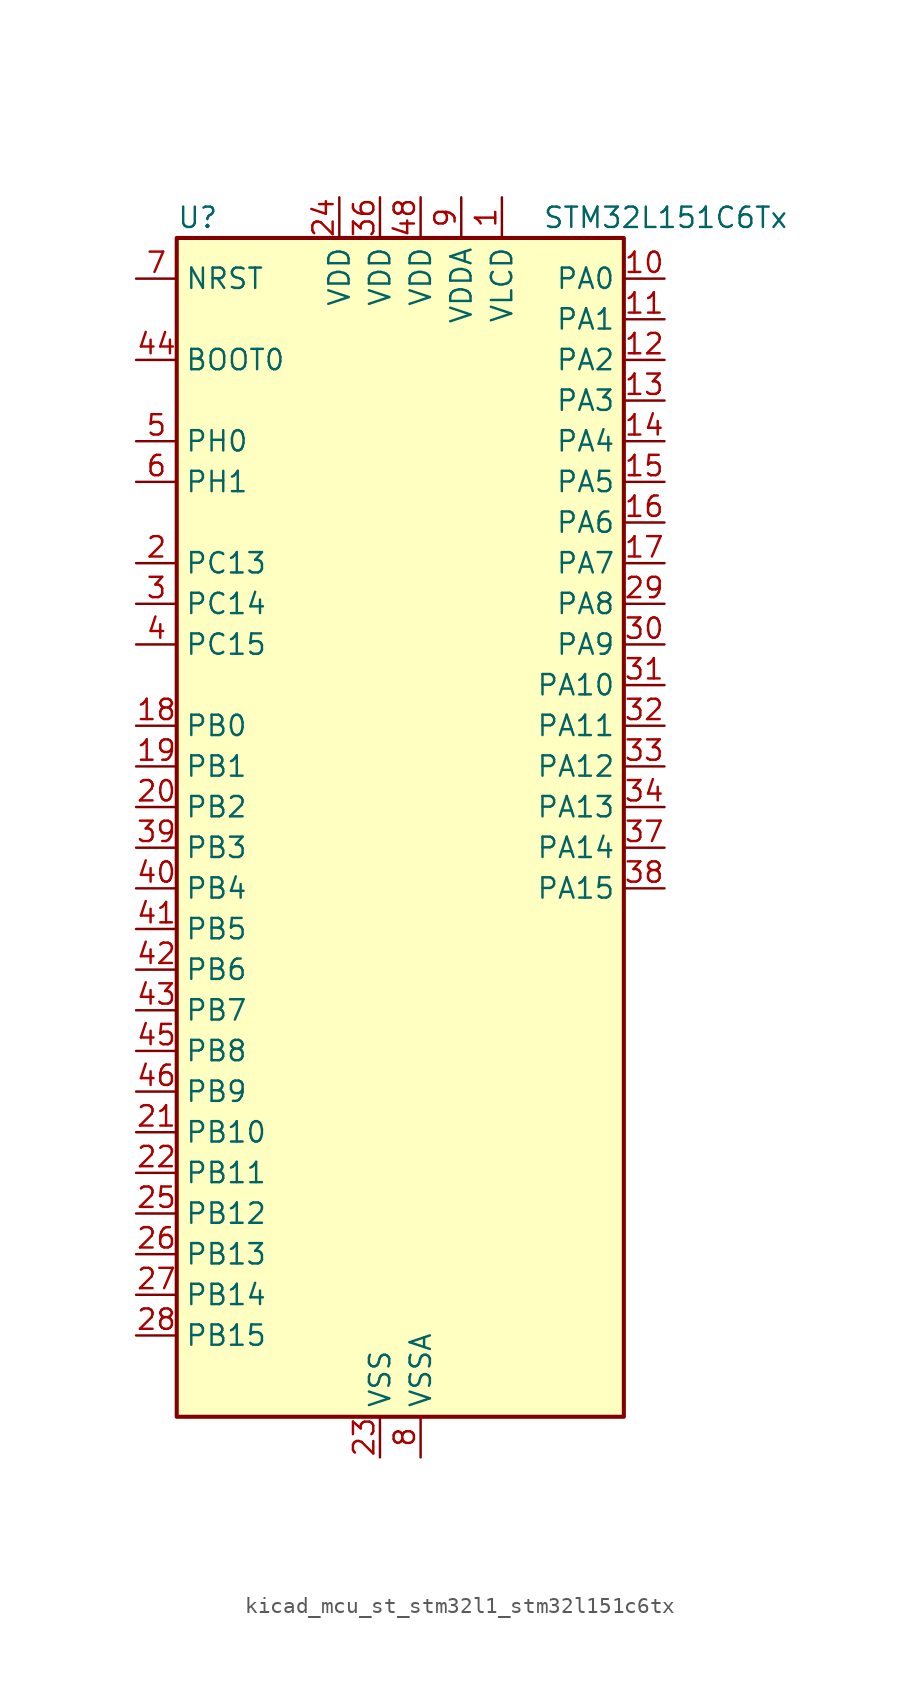
<source format=kicad_sym>
(kicad_symbol_lib
  (version 20220914)
  (generator kicad_symbol_editor)
  (symbol "kicad_mcu_st_stm32l1_stm32l151c6tx"
    (property "Reference" "U"
      (at -12.7 39.37 0)
      (effects (font (size 1.27 1.27)) (justify left)))
    (property "Value" "STM32L151C6Tx"
      (at 10.16 39.37 0)
      (effects (font (size 1.27 1.27)) (justify left)))
    (property "ki_locked" ""
      (at 0 0 0)
      (effects (font (size 1.27 1.27))))
    (symbol "kicad_mcu_st_stm32l1_stm32l151c6tx_0_1"
      (rectangle (start -12.7 -35.56) (end 15.24 38.1) (stroke (width 0.254) (type default)) (fill (type background))))
    (symbol "kicad_mcu_st_stm32l1_stm32l151c6tx_1_1"
      (pin power_in line (at 7.62 40.64 270) (length 2.54) (name "VLCD" (effects (font (size 1.27 1.27)))) (number "1" (effects (font (size 1.27 1.27)))))
      (pin bidirectional line (at 17.78 35.56 180) (length 2.54) (name "PA0" (effects (font (size 1.27 1.27)))) (number "10" (effects (font (size 1.27 1.27)))) (alternate "ADC_IN0" bidirectional line) (alternate "COMP1_INP" bidirectional line) (alternate "SYS_WKUP1" bidirectional line) (alternate "TIM2_CH1" bidirectional line) (alternate "TIM2_ETR" bidirectional line) (alternate "TIMX_IC1" bidirectional line) (alternate "TS_G1_IO1" bidirectional line) (alternate "USART2_CTS" bidirectional line))
      (pin bidirectional line (at 17.78 33.02 180) (length 2.54) (name "PA1" (effects (font (size 1.27 1.27)))) (number "11" (effects (font (size 1.27 1.27)))) (alternate "ADC_IN1" bidirectional line) (alternate "COMP1_INP" bidirectional line) (alternate "TIM2_CH2" bidirectional line) (alternate "TIMX_IC2" bidirectional line) (alternate "TS_G1_IO2" bidirectional line) (alternate "USART2_RTS" bidirectional line))
      (pin bidirectional line (at 17.78 30.48 180) (length 2.54) (name "PA2" (effects (font (size 1.27 1.27)))) (number "12" (effects (font (size 1.27 1.27)))) (alternate "ADC_IN2" bidirectional line) (alternate "COMP1_INP" bidirectional line) (alternate "TIM2_CH3" bidirectional line) (alternate "TIM9_CH1" bidirectional line) (alternate "TIMX_IC3" bidirectional line) (alternate "TS_G1_IO3" bidirectional line) (alternate "USART2_TX" bidirectional line))
      (pin bidirectional line (at 17.78 27.94 180) (length 2.54) (name "PA3" (effects (font (size 1.27 1.27)))) (number "13" (effects (font (size 1.27 1.27)))) (alternate "ADC_IN3" bidirectional line) (alternate "COMP1_INP" bidirectional line) (alternate "TIM2_CH4" bidirectional line) (alternate "TIM9_CH2" bidirectional line) (alternate "TIMX_IC4" bidirectional line) (alternate "TS_G1_IO4" bidirectional line) (alternate "USART2_RX" bidirectional line))
      (pin bidirectional line (at 17.78 25.4 180) (length 2.54) (name "PA4" (effects (font (size 1.27 1.27)))) (number "14" (effects (font (size 1.27 1.27)))) (alternate "ADC_IN4" bidirectional line) (alternate "COMP1_INP" bidirectional line) (alternate "DAC_OUT1" bidirectional line) (alternate "SPI1_NSS" bidirectional line) (alternate "TIMX_IC1" bidirectional line) (alternate "USART2_CK" bidirectional line))
      (pin bidirectional line (at 17.78 22.86 180) (length 2.54) (name "PA5" (effects (font (size 1.27 1.27)))) (number "15" (effects (font (size 1.27 1.27)))) (alternate "ADC_IN5" bidirectional line) (alternate "COMP1_INP" bidirectional line) (alternate "DAC_OUT2" bidirectional line) (alternate "SPI1_SCK" bidirectional line) (alternate "TIM2_CH1" bidirectional line) (alternate "TIM2_ETR" bidirectional line) (alternate "TIMX_IC2" bidirectional line))
      (pin bidirectional line (at 17.78 20.32 180) (length 2.54) (name "PA6" (effects (font (size 1.27 1.27)))) (number "16" (effects (font (size 1.27 1.27)))) (alternate "ADC_IN6" bidirectional line) (alternate "COMP1_INP" bidirectional line) (alternate "SPI1_MISO" bidirectional line) (alternate "TIM10_CH1" bidirectional line) (alternate "TIM3_CH1" bidirectional line) (alternate "TIMX_IC3" bidirectional line) (alternate "TS_G2_IO1" bidirectional line))
      (pin bidirectional line (at 17.78 17.78 180) (length 2.54) (name "PA7" (effects (font (size 1.27 1.27)))) (number "17" (effects (font (size 1.27 1.27)))) (alternate "ADC_IN7" bidirectional line) (alternate "COMP1_INP" bidirectional line) (alternate "SPI1_MOSI" bidirectional line) (alternate "TIM11_CH1" bidirectional line) (alternate "TIM3_CH2" bidirectional line) (alternate "TIMX_IC4" bidirectional line) (alternate "TS_G2_IO2" bidirectional line))
      (pin bidirectional line (at -15.24 7.62 0) (length 2.54) (name "PB0" (effects (font (size 1.27 1.27)))) (number "18" (effects (font (size 1.27 1.27)))) (alternate "ADC_IN8" bidirectional line) (alternate "COMP1_INP" bidirectional line) (alternate "SYS_V_REF_OUT" bidirectional line) (alternate "TIM3_CH3" bidirectional line) (alternate "TS_G3_IO1" bidirectional line))
      (pin bidirectional line (at -15.24 5.08 0) (length 2.54) (name "PB1" (effects (font (size 1.27 1.27)))) (number "19" (effects (font (size 1.27 1.27)))) (alternate "ADC_IN9" bidirectional line) (alternate "COMP1_INP" bidirectional line) (alternate "SYS_V_REF_OUT" bidirectional line) (alternate "TIM3_CH4" bidirectional line) (alternate "TS_G3_IO2" bidirectional line))
      (pin bidirectional line (at -15.24 17.78 0) (length 2.54) (name "PC13" (effects (font (size 1.27 1.27)))) (number "2" (effects (font (size 1.27 1.27)))) (alternate "RTC_OUT_ALARM" bidirectional line) (alternate "RTC_OUT_CALIB" bidirectional line) (alternate "RTC_TAMP1" bidirectional line) (alternate "RTC_TS" bidirectional line) (alternate "SYS_WKUP2" bidirectional line) (alternate "TIMX_IC2" bidirectional line))
      (pin bidirectional line (at -15.24 2.54 0) (length 2.54) (name "PB2" (effects (font (size 1.27 1.27)))) (number "20" (effects (font (size 1.27 1.27)))))
      (pin bidirectional line (at -15.24 -17.78 0) (length 2.54) (name "PB10" (effects (font (size 1.27 1.27)))) (number "21" (effects (font (size 1.27 1.27)))) (alternate "I2C2_SCL" bidirectional line) (alternate "TIM2_CH3" bidirectional line) (alternate "USART3_TX" bidirectional line))
      (pin bidirectional line (at -15.24 -20.32 0) (length 2.54) (name "PB11" (effects (font (size 1.27 1.27)))) (number "22" (effects (font (size 1.27 1.27)))) (alternate "ADC_EXTI11" bidirectional line) (alternate "I2C2_SDA" bidirectional line) (alternate "TIM2_CH4" bidirectional line) (alternate "USART3_RX" bidirectional line))
      (pin power_in line (at 0 -38.1 90) (length 2.54) (name "VSS" (effects (font (size 1.27 1.27)))) (number "23" (effects (font (size 1.27 1.27)))))
      (pin power_in line (at -2.54 40.64 270) (length 2.54) (name "VDD" (effects (font (size 1.27 1.27)))) (number "24" (effects (font (size 1.27 1.27)))))
      (pin bidirectional line (at -15.24 -22.86 0) (length 2.54) (name "PB12" (effects (font (size 1.27 1.27)))) (number "25" (effects (font (size 1.27 1.27)))) (alternate "ADC_IN18" bidirectional line) (alternate "COMP1_INP" bidirectional line) (alternate "I2C2_SMBA" bidirectional line) (alternate "SPI2_NSS" bidirectional line) (alternate "TIM10_CH1" bidirectional line) (alternate "TS_G7_IO1" bidirectional line) (alternate "USART3_CK" bidirectional line))
      (pin bidirectional line (at -15.24 -25.4 0) (length 2.54) (name "PB13" (effects (font (size 1.27 1.27)))) (number "26" (effects (font (size 1.27 1.27)))) (alternate "ADC_IN19" bidirectional line) (alternate "COMP1_INP" bidirectional line) (alternate "SPI2_SCK" bidirectional line) (alternate "TIM9_CH1" bidirectional line) (alternate "TS_G7_IO2" bidirectional line) (alternate "USART3_CTS" bidirectional line))
      (pin bidirectional line (at -15.24 -27.94 0) (length 2.54) (name "PB14" (effects (font (size 1.27 1.27)))) (number "27" (effects (font (size 1.27 1.27)))) (alternate "ADC_IN20" bidirectional line) (alternate "COMP1_INP" bidirectional line) (alternate "SPI2_MISO" bidirectional line) (alternate "TIM9_CH2" bidirectional line) (alternate "TS_G7_IO3" bidirectional line) (alternate "USART3_RTS" bidirectional line))
      (pin bidirectional line (at -15.24 -30.48 0) (length 2.54) (name "PB15" (effects (font (size 1.27 1.27)))) (number "28" (effects (font (size 1.27 1.27)))) (alternate "ADC_EXTI15" bidirectional line) (alternate "ADC_IN21" bidirectional line) (alternate "COMP1_INP" bidirectional line) (alternate "RTC_REFIN" bidirectional line) (alternate "SPI2_MOSI" bidirectional line) (alternate "TIM11_CH1" bidirectional line) (alternate "TS_G7_IO4" bidirectional line))
      (pin bidirectional line (at 17.78 15.24 180) (length 2.54) (name "PA8" (effects (font (size 1.27 1.27)))) (number "29" (effects (font (size 1.27 1.27)))) (alternate "RCC_MCO" bidirectional line) (alternate "TIMX_IC1" bidirectional line) (alternate "TS_G4_IO1" bidirectional line) (alternate "USART1_CK" bidirectional line))
      (pin bidirectional line (at -15.24 15.24 0) (length 2.54) (name "PC14" (effects (font (size 1.27 1.27)))) (number "3" (effects (font (size 1.27 1.27)))) (alternate "RCC_OSC32_IN" bidirectional line) (alternate "TIMX_IC3" bidirectional line))
      (pin bidirectional line (at 17.78 12.7 180) (length 2.54) (name "PA9" (effects (font (size 1.27 1.27)))) (number "30" (effects (font (size 1.27 1.27)))) (alternate "DAC_EXTI9" bidirectional line) (alternate "TIMX_IC2" bidirectional line) (alternate "TS_G4_IO2" bidirectional line) (alternate "USART1_TX" bidirectional line))
      (pin bidirectional line (at 17.78 10.16 180) (length 2.54) (name "PA10" (effects (font (size 1.27 1.27)))) (number "31" (effects (font (size 1.27 1.27)))) (alternate "TIMX_IC3" bidirectional line) (alternate "TS_G4_IO3" bidirectional line) (alternate "USART1_RX" bidirectional line))
      (pin bidirectional line (at 17.78 7.62 180) (length 2.54) (name "PA11" (effects (font (size 1.27 1.27)))) (number "32" (effects (font (size 1.27 1.27)))) (alternate "ADC_EXTI11" bidirectional line) (alternate "SPI1_MISO" bidirectional line) (alternate "TIMX_IC4" bidirectional line) (alternate "USART1_CTS" bidirectional line) (alternate "USB_DM" bidirectional line))
      (pin bidirectional line (at 17.78 5.08 180) (length 2.54) (name "PA12" (effects (font (size 1.27 1.27)))) (number "33" (effects (font (size 1.27 1.27)))) (alternate "SPI1_MOSI" bidirectional line) (alternate "TIMX_IC1" bidirectional line) (alternate "USART1_RTS" bidirectional line) (alternate "USB_DP" bidirectional line))
      (pin bidirectional line (at 17.78 2.54 180) (length 2.54) (name "PA13" (effects (font (size 1.27 1.27)))) (number "34" (effects (font (size 1.27 1.27)))) (alternate "SYS_JTMS-SWDIO" bidirectional line) (alternate "TIMX_IC2" bidirectional line) (alternate "TS_G5_IO1" bidirectional line))
      (pin passive line (at 0 -38.1 90) (length 2.54) hide (name "VSS" (effects (font (size 1.27 1.27)))) (number "35" (effects (font (size 1.27 1.27)))))
      (pin power_in line (at 0 40.64 270) (length 2.54) (name "VDD" (effects (font (size 1.27 1.27)))) (number "36" (effects (font (size 1.27 1.27)))))
      (pin bidirectional line (at 17.78 0 180) (length 2.54) (name "PA14" (effects (font (size 1.27 1.27)))) (number "37" (effects (font (size 1.27 1.27)))) (alternate "SYS_JTCK-SWCLK" bidirectional line) (alternate "TIMX_IC3" bidirectional line) (alternate "TS_G5_IO2" bidirectional line))
      (pin bidirectional line (at 17.78 -2.54 180) (length 2.54) (name "PA15" (effects (font (size 1.27 1.27)))) (number "38" (effects (font (size 1.27 1.27)))) (alternate "ADC_EXTI15" bidirectional line) (alternate "SPI1_NSS" bidirectional line) (alternate "SYS_JTDI" bidirectional line) (alternate "TIM2_CH1" bidirectional line) (alternate "TIM2_ETR" bidirectional line) (alternate "TIMX_IC4" bidirectional line) (alternate "TS_G5_IO3" bidirectional line))
      (pin bidirectional line (at -15.24 0 0) (length 2.54) (name "PB3" (effects (font (size 1.27 1.27)))) (number "39" (effects (font (size 1.27 1.27)))) (alternate "COMP2_INM" bidirectional line) (alternate "SPI1_SCK" bidirectional line) (alternate "SYS_JTDO-TRACESWO" bidirectional line) (alternate "TIM2_CH2" bidirectional line))
      (pin bidirectional line (at -15.24 12.7 0) (length 2.54) (name "PC15" (effects (font (size 1.27 1.27)))) (number "4" (effects (font (size 1.27 1.27)))) (alternate "ADC_EXTI15" bidirectional line) (alternate "RCC_OSC32_OUT" bidirectional line) (alternate "TIMX_IC4" bidirectional line))
      (pin bidirectional line (at -15.24 -2.54 0) (length 2.54) (name "PB4" (effects (font (size 1.27 1.27)))) (number "40" (effects (font (size 1.27 1.27)))) (alternate "COMP2_INP" bidirectional line) (alternate "SPI1_MISO" bidirectional line) (alternate "SYS_JTRST" bidirectional line) (alternate "TIM3_CH1" bidirectional line) (alternate "TS_G6_IO1" bidirectional line))
      (pin bidirectional line (at -15.24 -5.08 0) (length 2.54) (name "PB5" (effects (font (size 1.27 1.27)))) (number "41" (effects (font (size 1.27 1.27)))) (alternate "COMP2_INP" bidirectional line) (alternate "I2C1_SMBA" bidirectional line) (alternate "SPI1_MOSI" bidirectional line) (alternate "TIM3_CH2" bidirectional line) (alternate "TS_G6_IO2" bidirectional line))
      (pin bidirectional line (at -15.24 -7.62 0) (length 2.54) (name "PB6" (effects (font (size 1.27 1.27)))) (number "42" (effects (font (size 1.27 1.27)))) (alternate "I2C1_SCL" bidirectional line) (alternate "TIM4_CH1" bidirectional line) (alternate "USART1_TX" bidirectional line))
      (pin bidirectional line (at -15.24 -10.16 0) (length 2.54) (name "PB7" (effects (font (size 1.27 1.27)))) (number "43" (effects (font (size 1.27 1.27)))) (alternate "I2C1_SDA" bidirectional line) (alternate "SYS_PVD_IN" bidirectional line) (alternate "TIM4_CH2" bidirectional line) (alternate "USART1_RX" bidirectional line))
      (pin input line (at -15.24 30.48 0) (length 2.54) (name "BOOT0" (effects (font (size 1.27 1.27)))) (number "44" (effects (font (size 1.27 1.27)))))
      (pin bidirectional line (at -15.24 -12.7 0) (length 2.54) (name "PB8" (effects (font (size 1.27 1.27)))) (number "45" (effects (font (size 1.27 1.27)))) (alternate "I2C1_SCL" bidirectional line) (alternate "TIM10_CH1" bidirectional line) (alternate "TIM4_CH3" bidirectional line))
      (pin bidirectional line (at -15.24 -15.24 0) (length 2.54) (name "PB9" (effects (font (size 1.27 1.27)))) (number "46" (effects (font (size 1.27 1.27)))) (alternate "DAC_EXTI9" bidirectional line) (alternate "I2C1_SDA" bidirectional line) (alternate "TIM11_CH1" bidirectional line) (alternate "TIM4_CH4" bidirectional line))
      (pin passive line (at 0 -38.1 90) (length 2.54) hide (name "VSS" (effects (font (size 1.27 1.27)))) (number "47" (effects (font (size 1.27 1.27)))))
      (pin power_in line (at 2.54 40.64 270) (length 2.54) (name "VDD" (effects (font (size 1.27 1.27)))) (number "48" (effects (font (size 1.27 1.27)))))
      (pin bidirectional line (at -15.24 25.4 0) (length 2.54) (name "PH0" (effects (font (size 1.27 1.27)))) (number "5" (effects (font (size 1.27 1.27)))) (alternate "RCC_OSC_IN" bidirectional line))
      (pin bidirectional line (at -15.24 22.86 0) (length 2.54) (name "PH1" (effects (font (size 1.27 1.27)))) (number "6" (effects (font (size 1.27 1.27)))) (alternate "RCC_OSC_OUT" bidirectional line))
      (pin input line (at -15.24 35.56 0) (length 2.54) (name "NRST" (effects (font (size 1.27 1.27)))) (number "7" (effects (font (size 1.27 1.27)))))
      (pin power_in line (at 2.54 -38.1 90) (length 2.54) (name "VSSA" (effects (font (size 1.27 1.27)))) (number "8" (effects (font (size 1.27 1.27)))))
      (pin power_in line (at 5.08 40.64 270) (length 2.54) (name "VDDA" (effects (font (size 1.27 1.27)))) (number "9" (effects (font (size 1.27 1.27))))))))
</source>
